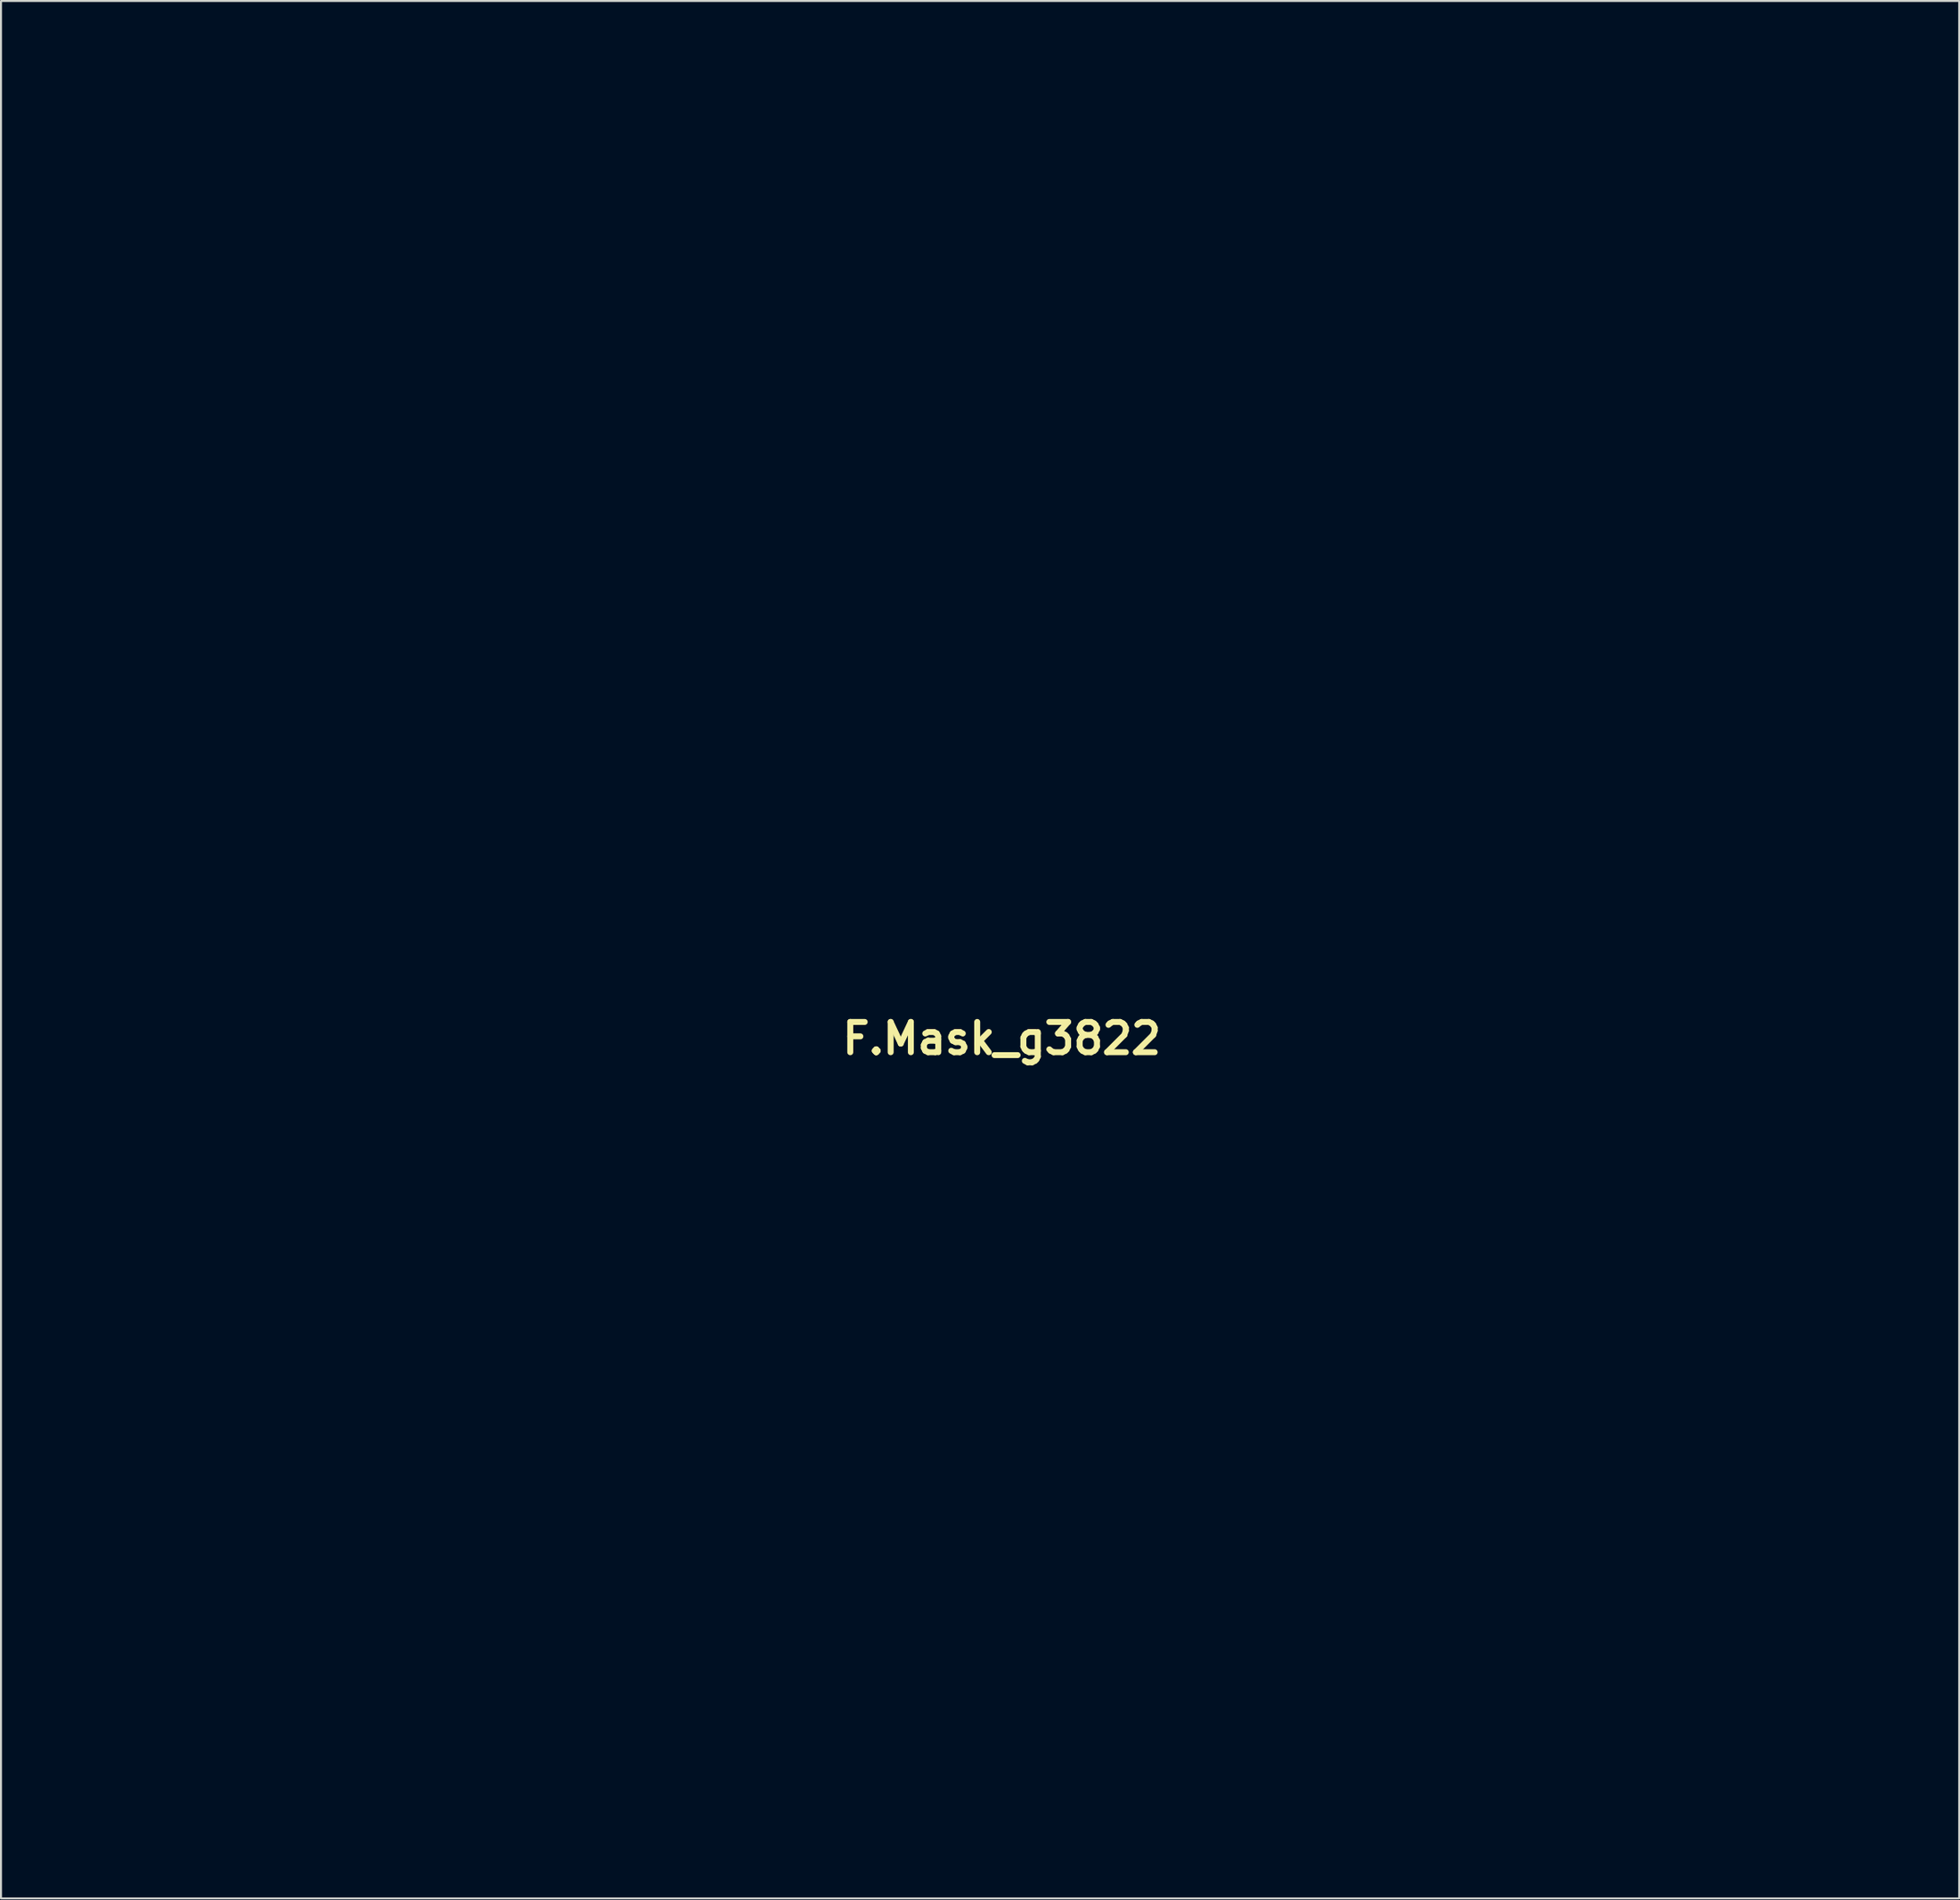
<source format=kicad_pcb>
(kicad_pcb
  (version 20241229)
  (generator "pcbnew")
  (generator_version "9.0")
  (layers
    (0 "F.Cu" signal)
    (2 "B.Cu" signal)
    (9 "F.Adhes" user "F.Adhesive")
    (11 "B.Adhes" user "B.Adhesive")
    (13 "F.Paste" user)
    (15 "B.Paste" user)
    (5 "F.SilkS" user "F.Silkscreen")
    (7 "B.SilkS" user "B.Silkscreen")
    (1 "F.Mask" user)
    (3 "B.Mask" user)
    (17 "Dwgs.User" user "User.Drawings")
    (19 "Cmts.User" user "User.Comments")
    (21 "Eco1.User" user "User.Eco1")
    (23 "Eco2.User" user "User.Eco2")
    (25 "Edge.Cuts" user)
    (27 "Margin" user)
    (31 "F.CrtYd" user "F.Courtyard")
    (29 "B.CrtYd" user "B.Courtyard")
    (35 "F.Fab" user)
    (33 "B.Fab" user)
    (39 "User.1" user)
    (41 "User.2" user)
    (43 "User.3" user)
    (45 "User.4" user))
  (footprint "F.Mask_g3822"
    (layer "F.Cu")
    (at 47.345 49.228)
    (property "Reference" "F.Mask_g3822" (at 0 0 0) (layer "F.SilkS") (effects (font (size 1.524 1.524) (thickness 0.3))))
    (attr through_hole)
    (fp_poly (pts (xy -22.812 -31.937) (xy -22.737 -31.907) (xy -22.606 -31.82) (xy -22.501 -31.706) (xy -22.427 -31.573) (xy -22.385 -31.427) (xy -22.378 -31.276) (xy -22.407 -31.126) (xy -22.434 -31.061) (xy -22.518 -30.927) (xy -22.628 -30.822) (xy -22.756 -30.751) (xy -22.897 -30.714) (xy -23.046 -30.715) (xy -23.164 -30.744) (xy -23.294 -30.812) (xy -23.403 -30.911) (xy -23.488 -31.034) (xy -23.545 -31.174) (xy -23.568 -31.322) (xy -23.559 -31.453) (xy -23.512 -31.599) (xy -23.436 -31.725) (xy -23.336 -31.828) (xy -23.218 -31.903) (xy -23.087 -31.949) (xy -22.95 -31.961) (xy -22.812 -31.937)) (stroke (width 0.01) (type solid)) (fill yes) (layer "F.Mask"))
    (fp_poly (pts (xy -26.123 -34.649) (xy -25.994 -34.568) (xy -25.893 -34.473) (xy -25.804 -34.354) (xy -25.751 -34.228) (xy -25.732 -34.086) (xy -25.733 -34.031) (xy -25.758 -33.869) (xy -25.82 -33.726) (xy -25.916 -33.607) (xy -26.042 -33.515) (xy -26.184 -33.456) (xy -26.283 -33.431) (xy -26.364 -33.426) (xy -26.448 -33.44) (xy -26.501 -33.455) (xy -26.631 -33.516) (xy -26.74 -33.609) (xy -26.826 -33.728) (xy -26.884 -33.865) (xy -26.91 -34.014) (xy -26.903 -34.152) (xy -26.859 -34.314) (xy -26.784 -34.448) (xy -26.676 -34.557) (xy -26.534 -34.642) (xy -26.394 -34.686) (xy -26.257 -34.689) (xy -26.123 -34.649)) (stroke (width 0.01) (type solid)) (fill yes) (layer "F.Mask"))
    (fp_poly (pts (xy -22.787 -29.798) (xy -22.716 -29.769) (xy -22.587 -29.683) (xy -22.485 -29.572) (xy -22.412 -29.443) (xy -22.368 -29.302) (xy -22.357 -29.156) (xy -22.377 -29.012) (xy -22.432 -28.876) (xy -22.514 -28.764) (xy -22.624 -28.674) (xy -22.755 -28.611) (xy -22.896 -28.577) (xy -23.038 -28.575) (xy -23.169 -28.607) (xy -23.188 -28.614) (xy -23.296 -28.685) (xy -23.392 -28.787) (xy -23.469 -28.912) (xy -23.522 -29.048) (xy -23.544 -29.187) (xy -23.544 -29.199) (xy -23.527 -29.343) (xy -23.476 -29.476) (xy -23.398 -29.592) (xy -23.298 -29.688) (xy -23.181 -29.761) (xy -23.053 -29.806) (xy -22.92 -29.82) (xy -22.787 -29.798)) (stroke (width 0.01) (type solid)) (fill yes) (layer "F.Mask"))
    (fp_poly (pts (xy -26.484 -30.606) (xy -26.407 -30.575) (xy -26.255 -30.485) (xy -26.141 -30.375) (xy -26.064 -30.249) (xy -26.025 -30.106) (xy -26.026 -29.949) (xy -26.036 -29.894) (xy -26.088 -29.727) (xy -26.167 -29.591) (xy -26.273 -29.489) (xy -26.405 -29.419) (xy -26.56 -29.384) (xy -26.647 -29.38) (xy -26.742 -29.389) (xy -26.83 -29.411) (xy -26.85 -29.419) (xy -26.936 -29.474) (xy -27.025 -29.558) (xy -27.106 -29.659) (xy -27.168 -29.765) (xy -27.169 -29.767) (xy -27.211 -29.905) (xy -27.215 -30.047) (xy -27.182 -30.186) (xy -27.115 -30.318) (xy -27.018 -30.435) (xy -26.891 -30.532) (xy -26.836 -30.563) (xy -26.711 -30.613) (xy -26.597 -30.627) (xy -26.484 -30.606)) (stroke (width 0.01) (type solid)) (fill yes) (layer "F.Mask"))
    (fp_poly (pts (xy -23.158 -27.771) (xy -23.06 -27.735) (xy -22.963 -27.667) (xy -22.868 -27.571) (xy -22.785 -27.459) (xy -22.739 -27.375) (xy -22.694 -27.229) (xy -22.688 -27.08) (xy -22.718 -26.936) (xy -22.782 -26.802) (xy -22.877 -26.685) (xy -23.001 -26.592) (xy -23.058 -26.563) (xy -23.16 -26.533) (xy -23.28 -26.523) (xy -23.4 -26.532) (xy -23.502 -26.56) (xy -23.506 -26.562) (xy -23.584 -26.612) (xy -23.67 -26.688) (xy -23.751 -26.78) (xy -23.816 -26.875) (xy -23.84 -26.919) (xy -23.882 -27.06) (xy -23.884 -27.205) (xy -23.848 -27.349) (xy -23.775 -27.485) (xy -23.682 -27.594) (xy -23.556 -27.692) (xy -23.423 -27.755) (xy -23.289 -27.782) (xy -23.158 -27.771)) (stroke (width 0.01) (type solid)) (fill yes) (layer "F.Mask"))
    (fp_poly (pts (xy -20.906 -30.521) (xy -20.802 -30.457) (xy -20.702 -30.362) (xy -20.596 -30.228) (xy -20.529 -30.086) (xy -20.496 -29.928) (xy -20.495 -29.916) (xy -20.492 -29.83) (xy -20.502 -29.76) (xy -20.531 -29.684) (xy -20.537 -29.67) (xy -20.62 -29.532) (xy -20.727 -29.423) (xy -20.852 -29.343) (xy -20.989 -29.297) (xy -21.132 -29.288) (xy -21.247 -29.309) (xy -21.377 -29.369) (xy -21.493 -29.463) (xy -21.588 -29.581) (xy -21.657 -29.716) (xy -21.692 -29.86) (xy -21.696 -29.921) (xy -21.676 -30.06) (xy -21.623 -30.196) (xy -21.541 -30.32) (xy -21.437 -30.422) (xy -21.317 -30.494) (xy -21.276 -30.51) (xy -21.134 -30.545) (xy -21.013 -30.55) (xy -20.906 -30.521)) (stroke (width 0.01) (type solid)) (fill yes) (layer "F.Mask"))
    (fp_poly (pts (xy -24.467 -33.327) (xy -24.382 -33.29) (xy -24.256 -33.206) (xy -24.162 -33.098) (xy -24.096 -32.962) (xy -24.074 -32.885) (xy -24.056 -32.805) (xy -24.05 -32.745) (xy -24.056 -32.685) (xy -24.073 -32.607) (xy -24.129 -32.455) (xy -24.212 -32.327) (xy -24.318 -32.226) (xy -24.442 -32.156) (xy -24.577 -32.12) (xy -24.72 -32.121) (xy -24.81 -32.142) (xy -24.91 -32.19) (xy -25.012 -32.268) (xy -25.104 -32.365) (xy -25.176 -32.471) (xy -25.228 -32.6) (xy -25.25 -32.736) (xy -25.242 -32.867) (xy -25.211 -32.965) (xy -25.15 -33.066) (xy -25.069 -33.165) (xy -24.98 -33.25) (xy -24.894 -33.31) (xy -24.885 -33.315) (xy -24.755 -33.355) (xy -24.612 -33.359) (xy -24.467 -33.327)) (stroke (width 0.01) (type solid)) (fill yes) (layer "F.Mask"))
    (fp_poly (pts (xy -28.162 -32.008) (xy -28.024 -31.95) (xy -27.901 -31.856) (xy -27.9 -31.855) (xy -27.831 -31.773) (xy -27.785 -31.686) (xy -27.76 -31.583) (xy -27.751 -31.452) (xy -27.75 -31.422) (xy -27.756 -31.288) (xy -27.777 -31.183) (xy -27.817 -31.096) (xy -27.88 -31.016) (xy -27.924 -30.974) (xy -28.055 -30.873) (xy -28.187 -30.809) (xy -28.316 -30.784) (xy -28.439 -30.797) (xy -28.48 -30.812) (xy -28.635 -30.896) (xy -28.761 -31.006) (xy -28.856 -31.137) (xy -28.914 -31.283) (xy -28.935 -31.442) (xy -28.935 -31.442) (xy -28.918 -31.555) (xy -28.874 -31.675) (xy -28.808 -31.788) (xy -28.729 -31.878) (xy -28.729 -31.879) (xy -28.6 -31.966) (xy -28.457 -32.016) (xy -28.309 -32.03) (xy -28.162 -32.008)) (stroke (width 0.01) (type solid)) (fill yes) (layer "F.Mask"))
    (fp_poly (pts (xy -28.07 -33.926) (xy -27.904 -33.899) (xy -27.765 -33.84) (xy -27.653 -33.749) (xy -27.569 -33.626) (xy -27.524 -33.51) (xy -27.502 -33.383) (xy -27.501 -33.248) (xy -27.522 -33.119) (xy -27.555 -33.028) (xy -27.628 -32.921) (xy -27.726 -32.83) (xy -27.841 -32.759) (xy -27.963 -32.711) (xy -28.084 -32.691) (xy -28.196 -32.702) (xy -28.218 -32.709) (xy -28.361 -32.782) (xy -28.491 -32.886) (xy -28.598 -33.01) (xy -28.651 -33.1) (xy -28.682 -33.202) (xy -28.69 -33.323) (xy -28.677 -33.445) (xy -28.642 -33.553) (xy -28.642 -33.553) (xy -28.571 -33.669) (xy -28.482 -33.774) (xy -28.384 -33.857) (xy -28.33 -33.889) (xy -28.27 -33.914) (xy -28.212 -33.926) (xy -28.14 -33.929) (xy -28.07 -33.926)) (stroke (width 0.01) (type solid)) (fill yes) (layer "F.Mask"))
    (fp_poly (pts (xy -24.863 -29.307) (xy -24.812 -29.287) (xy -24.744 -29.249) (xy -24.723 -29.236) (xy -24.597 -29.142) (xy -24.495 -29.032) (xy -24.424 -28.914) (xy -24.404 -28.857) (xy -24.388 -28.751) (xy -24.389 -28.629) (xy -24.406 -28.507) (xy -24.437 -28.405) (xy -24.444 -28.39) (xy -24.528 -28.266) (xy -24.636 -28.166) (xy -24.76 -28.095) (xy -24.894 -28.055) (xy -25.03 -28.048) (xy -25.161 -28.078) (xy -25.183 -28.087) (xy -25.287 -28.15) (xy -25.388 -28.238) (xy -25.473 -28.339) (xy -25.527 -28.431) (xy -25.562 -28.559) (xy -25.567 -28.701) (xy -25.544 -28.842) (xy -25.506 -28.942) (xy -25.421 -29.069) (xy -25.307 -29.176) (xy -25.174 -29.255) (xy -25.032 -29.302) (xy -24.978 -29.309) (xy -24.914 -29.313) (xy -24.863 -29.307)) (stroke (width 0.01) (type solid)) (fill yes) (layer "F.Mask"))
    (fp_poly (pts (xy -24.604 -31.208) (xy -24.516 -31.173) (xy -24.42 -31.124) (xy -24.331 -31.065) (xy -24.264 -31.008) (xy -24.187 -30.913) (xy -24.138 -30.803) (xy -24.113 -30.67) (xy -24.109 -30.566) (xy -24.124 -30.408) (xy -24.171 -30.274) (xy -24.252 -30.159) (xy -24.299 -30.112) (xy -24.43 -30.016) (xy -24.566 -29.959) (xy -24.704 -29.943) (xy -24.839 -29.967) (xy -24.843 -29.969) (xy -24.993 -30.04) (xy -25.115 -30.138) (xy -25.208 -30.258) (xy -25.268 -30.394) (xy -25.291 -30.542) (xy -25.284 -30.64) (xy -25.256 -30.748) (xy -25.205 -30.862) (xy -25.14 -30.966) (xy -25.069 -31.045) (xy -25.059 -31.054) (xy -24.979 -31.107) (xy -24.885 -31.156) (xy -24.789 -31.194) (xy -24.706 -31.217) (xy -24.673 -31.22) (xy -24.604 -31.208)) (stroke (width 0.01) (type solid)) (fill yes) (layer "F.Mask"))
    (fp_poly (pts (xy -26.261 -32.541) (xy -26.116 -32.487) (xy -25.994 -32.399) (xy -25.899 -32.279) (xy -25.881 -32.247) (xy -25.851 -32.161) (xy -25.831 -32.048) (xy -25.824 -31.926) (xy -25.83 -31.809) (xy -25.849 -31.712) (xy -25.853 -31.698) (xy -25.9 -31.616) (xy -25.974 -31.529) (xy -26.063 -31.448) (xy -26.157 -31.384) (xy -26.189 -31.368) (xy -26.311 -31.333) (xy -26.441 -31.328) (xy -26.565 -31.353) (xy -26.628 -31.381) (xy -26.774 -31.483) (xy -26.886 -31.604) (xy -26.963 -31.738) (xy -27.003 -31.882) (xy -27.003 -32.032) (xy -26.987 -32.114) (xy -26.95 -32.199) (xy -26.888 -32.295) (xy -26.812 -32.388) (xy -26.732 -32.466) (xy -26.679 -32.503) (xy -26.617 -32.535) (xy -26.558 -32.553) (xy -26.486 -32.56) (xy -26.427 -32.56) (xy -26.261 -32.541)) (stroke (width 0.01) (type solid)) (fill yes) (layer "F.Mask"))
    (fp_poly (pts (xy -45.948 -49.204) (xy -45.691 -49.158) (xy -45.41 -49.087) (xy -45.107 -48.99) (xy -44.783 -48.868) (xy -44.44 -48.723) (xy -44.081 -48.555) (xy -43.705 -48.364) (xy -43.316 -48.153) (xy -42.915 -47.921) (xy -42.504 -47.669) (xy -42.083 -47.399) (xy -41.655 -47.111) (xy -41.222 -46.805) (xy -40.785 -46.483) (xy -40.346 -46.146) (xy -40.19 -46.023) (xy -40.029 -45.894) (xy -39.865 -45.76) (xy -39.699 -45.624) (xy -39.537 -45.488) (xy -39.38 -45.356) (xy -39.233 -45.23) (xy -39.099 -45.114) (xy -38.982 -45.01) (xy -38.884 -44.921) (xy -38.809 -44.85) (xy -38.76 -44.801) (xy -38.742 -44.777) (xy -38.753 -44.756) (xy -38.789 -44.705) (xy -38.847 -44.626) (xy -38.925 -44.523) (xy -39.022 -44.397) (xy -39.134 -44.251) (xy -39.261 -44.089) (xy -39.4 -43.912) (xy -39.549 -43.724) (xy -39.682 -43.557) (xy -39.846 -43.351) (xy -40.008 -43.147) (xy -40.166 -42.948) (xy -40.317 -42.758) (xy -40.457 -42.581) (xy -40.584 -42.42) (xy -40.694 -42.28) (xy -40.786 -42.163) (xy -40.856 -42.074) (xy -40.884 -42.037) (xy -40.963 -41.935) (xy -41.057 -41.814) (xy -41.162 -41.68) (xy -41.273 -41.54) (xy -41.385 -41.4) (xy -41.492 -41.265) (xy -41.59 -41.144) (xy -41.673 -41.041) (xy -41.737 -40.963) (xy -41.752 -40.945) (xy -41.795 -40.895) (xy -42.101 -41.151) (xy -42.587 -41.566) (xy -43.056 -41.979) (xy -43.505 -42.389) (xy -43.931 -42.793) (xy -44.332 -43.188) (xy -44.705 -43.571) (xy -45.047 -43.941) (xy -45.356 -44.294) (xy -45.494 -44.461) (xy -45.861 -44.928) (xy -46.187 -45.384) (xy -46.475 -45.831) (xy -46.724 -46.269) (xy -46.935 -46.7) (xy -47.109 -47.125) (xy -47.246 -47.545) (xy -47.277 -47.658) (xy -47.31 -47.789) (xy -47.331 -47.892) (xy -47.34 -47.979) (xy -47.337 -48.064) (xy -47.323 -48.157) (xy -47.296 -48.271) (xy -47.284 -48.321) (xy -47.209 -48.549) (xy -47.106 -48.746) (xy -46.978 -48.912) (xy -46.825 -49.044) (xy -46.649 -49.142) (xy -46.561 -49.175) (xy -46.385 -49.213) (xy -46.18 -49.223) (xy -45.948 -49.204)) (stroke (width 0.01) (type solid)) (fill yes) (layer "F.Mask"))
    (fp_poly (pts (xy -14.365 -28.611) (xy -14.233 -28.597) (xy -14.127 -28.581) (xy -14.058 -28.563) (xy -14.02 -28.537) (xy -14.009 -28.496) (xy -14.019 -28.431) (xy -14.045 -28.335) (xy -14.048 -28.326) (xy -14.08 -28.225) (xy -14.107 -28.161) (xy -14.13 -28.133) (xy -14.138 -28.13) (xy -14.379 -28.109) (xy -14.639 -28.051) (xy -14.917 -27.956) (xy -15.213 -27.825) (xy -15.525 -27.659) (xy -15.853 -27.457) (xy -16.196 -27.221) (xy -16.554 -26.95) (xy -16.924 -26.646) (xy -17.102 -26.492) (xy -17.258 -26.352) (xy -17.429 -26.192) (xy -17.61 -26.018) (xy -17.798 -25.834) (xy -17.985 -25.647) (xy -18.168 -25.46) (xy -18.341 -25.279) (xy -18.499 -25.109) (xy -18.638 -24.955) (xy -18.751 -24.823) (xy -18.782 -24.785) (xy -19.041 -24.439) (xy -19.278 -24.07) (xy -19.49 -23.685) (xy -19.675 -23.29) (xy -19.829 -22.891) (xy -19.949 -22.496) (xy -20.021 -22.168) (xy -20.048 -21.978) (xy -20.066 -21.757) (xy -20.076 -21.515) (xy -20.077 -21.263) (xy -20.07 -21.011) (xy -20.054 -20.769) (xy -20.03 -20.549) (xy -20.012 -20.436) (xy -19.994 -20.353) (xy -19.964 -20.24) (xy -19.927 -20.107) (xy -19.883 -19.965) (xy -19.838 -19.823) (xy -19.794 -19.692) (xy -19.757 -19.591) (xy -19.751 -19.567) (xy -19.762 -19.562) (xy -19.792 -19.577) (xy -19.845 -19.616) (xy -19.924 -19.679) (xy -20.002 -19.743) (xy -20.112 -19.838) (xy -20.197 -19.922) (xy -20.264 -20.005) (xy -20.319 -20.096) (xy -20.369 -20.206) (xy -20.421 -20.343) (xy -20.443 -20.408) (xy -20.495 -20.567) (xy -20.537 -20.71) (xy -20.57 -20.843) (xy -20.596 -20.975) (xy -20.614 -21.112) (xy -20.626 -21.262) (xy -20.634 -21.433) (xy -20.637 -21.633) (xy -20.638 -21.833) (xy -20.637 -22.041) (xy -20.633 -22.215) (xy -20.626 -22.363) (xy -20.615 -22.495) (xy -20.599 -22.619) (xy -20.576 -22.743) (xy -20.546 -22.876) (xy -20.512 -23.013) (xy -20.402 -23.38) (xy -20.26 -23.758) (xy -20.089 -24.141) (xy -19.894 -24.518) (xy -19.679 -24.883) (xy -19.474 -25.188) (xy -19.289 -25.436) (xy -19.072 -25.701) (xy -18.83 -25.98) (xy -18.566 -26.266) (xy -18.285 -26.555) (xy -18.099 -26.739) (xy -17.705 -27.103) (xy -17.312 -27.43) (xy -16.92 -27.72) (xy -16.531 -27.972) (xy -16.147 -28.185) (xy -15.768 -28.359) (xy -15.395 -28.492) (xy -15.244 -28.535) (xy -15.037 -28.578) (xy -14.812 -28.606) (xy -14.583 -28.617) (xy -14.365 -28.611)) (stroke (width 0.01) (type solid)) (fill yes) (layer "F.Mask"))
    (fp_poly (pts (xy -11.146 -26.617) (xy -11.09 -26.577) (xy -11.009 -26.516) (xy -10.911 -26.441) (xy -10.802 -26.356) (xy -10.69 -26.268) (xy -10.687 -26.265) (xy -10.567 -26.17) (xy -10.479 -26.098) (xy -10.422 -26.046) (xy -10.396 -26.01) (xy -10.4 -25.989) (xy -10.432 -25.977) (xy -10.493 -25.973) (xy -10.581 -25.972) (xy -10.615 -25.971) (xy -10.905 -25.956) (xy -11.194 -25.913) (xy -11.489 -25.84) (xy -11.794 -25.735) (xy -12.115 -25.598) (xy -12.277 -25.52) (xy -12.546 -25.377) (xy -12.809 -25.22) (xy -13.069 -25.047) (xy -13.332 -24.853) (xy -13.601 -24.636) (xy -13.881 -24.391) (xy -14.176 -24.116) (xy -14.358 -23.939) (xy -14.597 -23.702) (xy -14.808 -23.486) (xy -14.995 -23.287) (xy -15.162 -23.099) (xy -15.314 -22.918) (xy -15.456 -22.738) (xy -15.591 -22.554) (xy -15.725 -22.361) (xy -15.78 -22.278) (xy -16.009 -21.91) (xy -16.206 -21.552) (xy -16.374 -21.194) (xy -16.52 -20.826) (xy -16.581 -20.648) (xy -16.703 -20.218) (xy -16.788 -19.782) (xy -16.835 -19.346) (xy -16.845 -18.915) (xy -16.817 -18.493) (xy -16.762 -18.137) (xy -16.737 -18.021) (xy -16.705 -17.893) (xy -16.67 -17.764) (xy -16.634 -17.642) (xy -16.601 -17.538) (xy -16.572 -17.462) (xy -16.561 -17.438) (xy -16.545 -17.397) (xy -16.545 -17.378) (xy -16.547 -17.378) (xy -16.569 -17.39) (xy -16.617 -17.424) (xy -16.683 -17.474) (xy -16.754 -17.53) (xy -16.846 -17.604) (xy -16.957 -17.694) (xy -17.072 -17.789) (xy -17.177 -17.876) (xy -17.41 -18.07) (xy -17.487 -18.269) (xy -17.631 -18.694) (xy -17.733 -19.128) (xy -17.74 -19.169) (xy -17.765 -19.348) (xy -17.781 -19.556) (xy -17.79 -19.782) (xy -17.791 -20.013) (xy -17.783 -20.237) (xy -17.767 -20.443) (xy -17.751 -20.574) (xy -17.657 -21.043) (xy -17.522 -21.511) (xy -17.347 -21.974) (xy -17.133 -22.429) (xy -16.882 -22.875) (xy -16.594 -23.309) (xy -16.48 -23.463) (xy -16.343 -23.637) (xy -16.18 -23.831) (xy -15.996 -24.039) (xy -15.798 -24.256) (xy -15.591 -24.473) (xy -15.382 -24.686) (xy -15.177 -24.886) (xy -14.982 -25.069) (xy -14.933 -25.114) (xy -14.547 -25.444) (xy -14.169 -25.736) (xy -13.796 -25.99) (xy -13.425 -26.208) (xy -13.053 -26.392) (xy -12.677 -26.544) (xy -12.408 -26.633) (xy -12.333 -26.655) (xy -12.27 -26.672) (xy -12.212 -26.684) (xy -12.151 -26.693) (xy -12.079 -26.698) (xy -11.988 -26.7) (xy -11.87 -26.701) (xy -11.725 -26.701) (xy -11.269 -26.702) (xy -11.146 -26.617)) (stroke (width 0.01) (type solid)) (fill yes) (layer "F.Mask"))
    (fp_poly (pts (xy 0.445 32.049) (xy 0.437 32.07) (xy 0.414 32.125) (xy 0.38 32.206) (xy 0.337 32.309) (xy 0.286 32.428) (xy 0.268 32.47) (xy 0.091 32.882) (xy -0.002 32.91) (xy -0.379 33.026) (xy -0.72 33.138) (xy -1.032 33.248) (xy -1.322 33.359) (xy -1.596 33.473) (xy -1.861 33.594) (xy -2.064 33.692) (xy -2.505 33.927) (xy -2.906 34.172) (xy -3.268 34.427) (xy -3.588 34.69) (xy -3.869 34.962) (xy -4.109 35.243) (xy -4.308 35.532) (xy -4.465 35.83) (xy -4.582 36.136) (xy -4.639 36.354) (xy -4.658 36.494) (xy -4.665 36.659) (xy -4.661 36.834) (xy -4.644 37.003) (xy -4.617 37.151) (xy -4.616 37.156) (xy -4.518 37.454) (xy -4.379 37.749) (xy -4.199 38.04) (xy -3.979 38.326) (xy -3.718 38.606) (xy -3.418 38.88) (xy -3.079 39.148) (xy -2.783 39.354) (xy -2.676 39.424) (xy -2.565 39.494) (xy -2.464 39.556) (xy -2.384 39.603) (xy -2.376 39.607) (xy -2.305 39.648) (xy -2.252 39.684) (xy -2.224 39.709) (xy -2.223 39.713) (xy -2.232 39.747) (xy -2.259 39.806) (xy -2.298 39.883) (xy -2.345 39.97) (xy -2.395 40.06) (xy -2.444 40.143) (xy -2.487 40.213) (xy -2.521 40.261) (xy -2.54 40.28) (xy -2.54 40.28) (xy -2.569 40.271) (xy -2.628 40.246) (xy -2.712 40.207) (xy -2.812 40.159) (xy -2.9 40.116) (xy -3.322 39.888) (xy -3.706 39.646) (xy -4.052 39.39) (xy -4.359 39.121) (xy -4.628 38.84) (xy -4.857 38.546) (xy -5.047 38.24) (xy -5.197 37.923) (xy -5.306 37.595) (xy -5.368 37.296) (xy -5.384 37.169) (xy -5.395 37.015) (xy -5.403 36.845) (xy -5.407 36.666) (xy -5.408 36.489) (xy -5.404 36.322) (xy -5.396 36.176) (xy -5.385 36.059) (xy -5.379 36.026) (xy -5.319 35.773) (xy -5.232 35.514) (xy -5.122 35.263) (xy -4.997 35.035) (xy -4.949 34.962) (xy -4.793 34.752) (xy -4.6 34.53) (xy -4.376 34.3) (xy -4.125 34.067) (xy -3.989 33.949) (xy -3.849 33.833) (xy -3.693 33.708) (xy -3.528 33.578) (xy -3.362 33.451) (xy -3.202 33.33) (xy -3.055 33.223) (xy -2.929 33.134) (xy -2.868 33.092) (xy -2.432 32.831) (xy -1.974 32.604) (xy -1.496 32.413) (xy -1.001 32.26) (xy -0.493 32.144) (xy -0.23 32.1) (xy -0.133 32.088) (xy -0.024 32.075) (xy 0.089 32.065) (xy 0.198 32.056) (xy 0.296 32.049) (xy 0.375 32.045) (xy 0.427 32.045) (xy 0.445 32.049)) (stroke (width 0.01) (type solid)) (fill yes) (layer "F.Mask"))
    (fp_poly (pts (xy -13.105 -27.758) (xy -12.996 -27.757) (xy -12.914 -27.754) (xy -12.855 -27.748) (xy -12.809 -27.74) (xy -12.772 -27.727) (xy -12.742 -27.715) (xy -12.7 -27.691) (xy -12.636 -27.647) (xy -12.555 -27.59) (xy -12.463 -27.522) (xy -12.368 -27.45) (xy -12.274 -27.378) (xy -12.189 -27.31) (xy -12.118 -27.252) (xy -12.068 -27.208) (xy -12.045 -27.183) (xy -12.044 -27.18) (xy -12.064 -27.173) (xy -12.118 -27.165) (xy -12.199 -27.157) (xy -12.3 -27.151) (xy -12.326 -27.149) (xy -12.567 -27.131) (xy -12.789 -27.102) (xy -13.002 -27.058) (xy -13.213 -26.998) (xy -13.432 -26.918) (xy -13.668 -26.817) (xy -13.906 -26.702) (xy -14.228 -26.532) (xy -14.534 -26.349) (xy -14.833 -26.147) (xy -15.129 -25.924) (xy -15.428 -25.673) (xy -15.737 -25.392) (xy -15.925 -25.21) (xy -16.177 -24.959) (xy -16.401 -24.729) (xy -16.6 -24.518) (xy -16.779 -24.32) (xy -16.94 -24.13) (xy -17.088 -23.944) (xy -17.228 -23.758) (xy -17.362 -23.567) (xy -17.41 -23.495) (xy -17.688 -23.049) (xy -17.924 -22.606) (xy -18.12 -22.164) (xy -18.276 -21.721) (xy -18.392 -21.276) (xy -18.451 -20.966) (xy -18.466 -20.837) (xy -18.477 -20.679) (xy -18.485 -20.498) (xy -18.489 -20.305) (xy -18.489 -20.108) (xy -18.485 -19.917) (xy -18.478 -19.74) (xy -18.466 -19.587) (xy -18.451 -19.467) (xy -18.45 -19.463) (xy -18.399 -19.205) (xy -18.339 -18.96) (xy -18.285 -18.779) (xy -18.264 -18.71) (xy -18.252 -18.659) (xy -18.25 -18.636) (xy -18.268 -18.647) (xy -18.315 -18.68) (xy -18.385 -18.733) (xy -18.474 -18.802) (xy -18.577 -18.884) (xy -18.653 -18.945) (xy -19.047 -19.263) (xy -19.133 -19.522) (xy -19.225 -19.825) (xy -19.292 -20.108) (xy -19.337 -20.386) (xy -19.361 -20.671) (xy -19.367 -20.924) (xy -19.35 -21.349) (xy -19.296 -21.769) (xy -19.206 -22.186) (xy -19.077 -22.605) (xy -18.909 -23.029) (xy -18.744 -23.379) (xy -18.598 -23.657) (xy -18.447 -23.919) (xy -18.289 -24.17) (xy -18.118 -24.415) (xy -17.931 -24.659) (xy -17.724 -24.908) (xy -17.493 -25.168) (xy -17.233 -25.444) (xy -17.093 -25.587) (xy -16.828 -25.852) (xy -16.584 -26.086) (xy -16.355 -26.295) (xy -16.136 -26.482) (xy -15.924 -26.652) (xy -15.711 -26.809) (xy -15.653 -26.85) (xy -15.283 -27.091) (xy -14.911 -27.3) (xy -14.542 -27.475) (xy -14.18 -27.614) (xy -13.896 -27.698) (xy -13.811 -27.719) (xy -13.738 -27.734) (xy -13.668 -27.745) (xy -13.591 -27.752) (xy -13.498 -27.756) (xy -13.38 -27.758) (xy -13.25 -27.758) (xy -13.105 -27.758)) (stroke (width 0.01) (type solid)) (fill yes) (layer "F.Mask"))
    (fp_poly (pts (xy -16.251 -30.145) (xy -16.223 -30.142) (xy -16.173 -30.137) (xy -16.129 -30.13) (xy -16.087 -30.12) (xy -16.044 -30.104) (xy -15.997 -30.081) (xy -15.941 -30.047) (xy -15.873 -30.001) (xy -15.789 -29.939) (xy -15.686 -29.861) (xy -15.561 -29.763) (xy -15.408 -29.643) (xy -15.26 -29.527) (xy -15.117 -29.414) (xy -15.006 -29.325) (xy -14.924 -29.257) (xy -14.871 -29.207) (xy -14.844 -29.172) (xy -14.842 -29.15) (xy -14.864 -29.137) (xy -14.908 -29.131) (xy -14.973 -29.128) (xy -15.039 -29.127) (xy -15.342 -29.104) (xy -15.66 -29.043) (xy -15.991 -28.946) (xy -16.331 -28.815) (xy -16.68 -28.65) (xy -17.033 -28.452) (xy -17.389 -28.224) (xy -17.745 -27.965) (xy -18.099 -27.678) (xy -18.236 -27.559) (xy -18.334 -27.469) (xy -18.453 -27.356) (xy -18.586 -27.226) (xy -18.729 -27.084) (xy -18.878 -26.934) (xy -19.028 -26.782) (xy -19.173 -26.632) (xy -19.31 -26.488) (xy -19.433 -26.357) (xy -19.538 -26.243) (xy -19.62 -26.15) (xy -19.655 -26.108) (xy -19.931 -25.744) (xy -20.187 -25.368) (xy -20.419 -24.985) (xy -20.623 -24.602) (xy -20.797 -24.225) (xy -20.936 -23.859) (xy -20.952 -23.812) (xy -21.076 -23.378) (xy -21.161 -22.952) (xy -21.207 -22.53) (xy -21.217 -22.225) (xy -21.21 -21.94) (xy -21.188 -21.668) (xy -21.149 -21.397) (xy -21.092 -21.116) (xy -21.013 -20.811) (xy -21.011 -20.802) (xy -20.985 -20.702) (xy -20.976 -20.641) (xy -20.981 -20.617) (xy -20.984 -20.616) (xy -21.009 -20.629) (xy -21.06 -20.663) (xy -21.128 -20.713) (xy -21.199 -20.768) (xy -21.394 -20.925) (xy -21.574 -21.073) (xy -21.737 -21.208) (xy -21.88 -21.328) (xy -21.999 -21.432) (xy -22.092 -21.515) (xy -22.155 -21.576) (xy -22.168 -21.59) (xy -22.22 -21.652) (xy -22.258 -21.715) (xy -22.292 -21.791) (xy -22.326 -21.893) (xy -22.329 -21.904) (xy -22.396 -22.129) (xy -22.448 -22.325) (xy -22.488 -22.503) (xy -22.516 -22.671) (xy -22.535 -22.84) (xy -22.546 -23.021) (xy -22.551 -23.224) (xy -22.551 -23.326) (xy -22.544 -23.651) (xy -22.521 -23.948) (xy -22.481 -24.23) (xy -22.423 -24.509) (xy -22.343 -24.797) (xy -22.27 -25.02) (xy -22.118 -25.416) (xy -21.939 -25.802) (xy -21.731 -26.182) (xy -21.49 -26.559) (xy -21.216 -26.937) (xy -20.904 -27.322) (xy -20.736 -27.514) (xy -20.344 -27.936) (xy -19.952 -28.324) (xy -19.561 -28.677) (xy -19.172 -28.995) (xy -18.787 -29.277) (xy -18.406 -29.522) (xy -18.031 -29.729) (xy -17.663 -29.897) (xy -17.304 -30.025) (xy -17.159 -30.066) (xy -16.989 -30.102) (xy -16.799 -30.129) (xy -16.603 -30.146) (xy -16.416 -30.152) (xy -16.251 -30.145)) (stroke (width 0.01) (type solid)) (fill yes) (layer "F.Mask"))
    (fp_poly (pts (xy 7.21 26.277) (xy 7.253 26.315) (xy 7.316 26.38) (xy 7.397 26.467) (xy 7.492 26.575) (xy 7.599 26.699) (xy 7.714 26.836) (xy 7.718 26.841) (xy 7.986 27.172) (xy 8.232 27.496) (xy 8.455 27.809) (xy 8.652 28.11) (xy 8.822 28.395) (xy 8.963 28.661) (xy 9.073 28.906) (xy 9.131 29.062) (xy 9.19 29.263) (xy 9.246 29.497) (xy 9.295 29.751) (xy 9.336 30.016) (xy 9.348 30.106) (xy 9.363 30.282) (xy 9.372 30.486) (xy 9.375 30.709) (xy 9.371 30.94) (xy 9.361 31.166) (xy 9.346 31.376) (xy 9.325 31.561) (xy 9.315 31.623) (xy 9.233 32.029) (xy 9.123 32.459) (xy 8.986 32.907) (xy 8.824 33.367) (xy 8.743 33.576) (xy 8.656 33.79) (xy 8.578 33.971) (xy 8.504 34.128) (xy 8.431 34.268) (xy 8.354 34.399) (xy 8.302 34.48) (xy 8.083 34.783) (xy 7.824 35.076) (xy 7.528 35.359) (xy 7.197 35.63) (xy 6.833 35.886) (xy 6.439 36.128) (xy 6.017 36.353) (xy 5.57 36.559) (xy 5.098 36.746) (xy 4.773 36.858) (xy 4.621 36.907) (xy 4.504 36.944) (xy 4.42 36.968) (xy 4.364 36.982) (xy 4.331 36.987) (xy 4.319 36.983) (xy 4.318 36.98) (xy 4.326 36.958) (xy 4.347 36.901) (xy 4.38 36.818) (xy 4.422 36.713) (xy 4.47 36.592) (xy 4.523 36.461) (xy 4.577 36.326) (xy 4.631 36.193) (xy 4.683 36.068) (xy 4.729 35.956) (xy 4.767 35.863) (xy 4.796 35.796) (xy 4.812 35.759) (xy 4.815 35.755) (xy 4.838 35.748) (xy 4.895 35.738) (xy 4.977 35.724) (xy 5.076 35.709) (xy 5.084 35.707) (xy 5.244 35.683) (xy 5.381 35.657) (xy 5.504 35.627) (xy 5.622 35.591) (xy 5.744 35.545) (xy 5.879 35.487) (xy 6.035 35.412) (xy 6.16 35.351) (xy 6.372 35.243) (xy 6.552 35.148) (xy 6.707 35.061) (xy 6.845 34.977) (xy 6.971 34.893) (xy 7.093 34.805) (xy 7.218 34.707) (xy 7.22 34.706) (xy 7.522 34.437) (xy 7.791 34.142) (xy 8.026 33.821) (xy 8.227 33.476) (xy 8.395 33.104) (xy 8.528 32.707) (xy 8.629 32.284) (xy 8.69 31.877) (xy 8.704 31.721) (xy 8.712 31.533) (xy 8.716 31.323) (xy 8.716 31.102) (xy 8.711 30.879) (xy 8.702 30.665) (xy 8.689 30.47) (xy 8.673 30.303) (xy 8.668 30.269) (xy 8.582 29.787) (xy 8.464 29.327) (xy 8.312 28.889) (xy 8.129 28.477) (xy 7.914 28.09) (xy 7.669 27.732) (xy 7.584 27.622) (xy 7.518 27.545) (xy 7.435 27.455) (xy 7.343 27.359) (xy 7.247 27.263) (xy 7.157 27.176) (xy 7.077 27.103) (xy 7.017 27.053) (xy 7 27.041) (xy 6.96 27.007) (xy 6.943 26.976) (xy 6.943 26.975) (xy 6.949 26.948) (xy 6.968 26.89) (xy 6.995 26.808) (xy 7.029 26.711) (xy 7.065 26.607) (xy 7.101 26.504) (xy 7.135 26.411) (xy 7.164 26.334) (xy 7.184 26.284) (xy 7.192 26.268) (xy 7.21 26.277)) (stroke (width 0.01) (type solid)) (fill yes) (layer "F.Mask"))
    (fp_poly (pts (xy 20.661 -15.263) (xy 20.712 -15.234) (xy 20.791 -15.188) (xy 20.893 -15.126) (xy 21.014 -15.051) (xy 21.151 -14.967) (xy 21.3 -14.874) (xy 21.455 -14.777) (xy 21.614 -14.677) (xy 21.772 -14.576) (xy 21.925 -14.479) (xy 22.069 -14.386) (xy 22.087 -14.374) (xy 22.44 -14.143) (xy 22.817 -13.892) (xy 23.212 -13.625) (xy 23.616 -13.35) (xy 24.02 -13.07) (xy 24.418 -12.792) (xy 24.569 -12.685) (xy 24.687 -12.602) (xy 24.794 -12.528) (xy 24.884 -12.465) (xy 24.953 -12.418) (xy 24.996 -12.39) (xy 25.009 -12.383) (xy 25.031 -12.37) (xy 25.085 -12.334) (xy 25.166 -12.277) (xy 25.272 -12.201) (xy 25.399 -12.108) (xy 25.546 -12.001) (xy 25.708 -11.881) (xy 25.883 -11.751) (xy 26.068 -11.613) (xy 26.26 -11.469) (xy 26.456 -11.322) (xy 26.653 -11.174) (xy 26.849 -11.026) (xy 27.039 -10.882) (xy 27.221 -10.743) (xy 27.392 -10.611) (xy 27.55 -10.49) (xy 27.633 -10.425) (xy 28.666 -9.608) (xy 29.667 -8.79) (xy 30.645 -7.964) (xy 31.61 -7.122) (xy 32.569 -6.257) (xy 33.232 -5.643) (xy 33.37 -5.513) (xy 33.532 -5.356) (xy 33.716 -5.178) (xy 33.917 -4.982) (xy 34.13 -4.771) (xy 34.354 -4.551) (xy 34.582 -4.323) (xy 34.813 -4.093) (xy 35.041 -3.864) (xy 35.263 -3.64) (xy 35.476 -3.424) (xy 35.675 -3.222) (xy 35.856 -3.035) (xy 36.016 -2.869) (xy 36.152 -2.727) (xy 36.198 -2.678) (xy 37.134 -1.651) (xy 38.032 -0.622) (xy 38.89 0.407) (xy 39.708 1.437) (xy 40.485 2.468) (xy 41.221 3.497) (xy 41.916 4.526) (xy 42.408 5.292) (xy 42.83 5.984) (xy 43.217 6.657) (xy 43.569 7.31) (xy 43.887 7.944) (xy 44.169 8.557) (xy 44.416 9.151) (xy 44.629 9.724) (xy 44.806 10.276) (xy 44.948 10.808) (xy 45.054 11.319) (xy 45.126 11.809) (xy 45.162 12.277) (xy 45.162 12.724) (xy 45.127 13.149) (xy 45.057 13.552) (xy 44.951 13.933) (xy 44.809 14.291) (xy 44.645 14.606) (xy 44.509 14.818) (xy 44.354 15.023) (xy 44.177 15.224) (xy 43.974 15.425) (xy 43.741 15.629) (xy 43.475 15.842) (xy 43.294 15.977) (xy 43.05 16.148) (xy 42.822 16.288) (xy 42.603 16.4) (xy 42.384 16.489) (xy 42.159 16.558) (xy 41.918 16.609) (xy 41.815 16.626) (xy 41.715 16.638) (xy 41.583 16.649) (xy 41.43 16.657) (xy 41.266 16.665) (xy 41.1 16.669) (xy 40.944 16.671) (xy 40.808 16.67) (xy 40.714 16.666) (xy 40.232 16.626) (xy 39.719 16.564) (xy 39.177 16.482) (xy 38.612 16.382) (xy 38.028 16.264) (xy 37.428 16.129) (xy 36.816 15.979) (xy 36.198 15.815) (xy 35.576 15.638) (xy 34.955 15.449) (xy 34.34 15.249) (xy 33.734 15.039) (xy 33.141 14.82) (xy 32.566 14.595) (xy 32.012 14.362) (xy 31.484 14.125) (xy 31.46 14.114) (xy 31.307 14.042) (xy 31.549 13.535) (xy 31.614 13.4) (xy 31.674 13.278) (xy 31.726 13.174) (xy 31.768 13.093) (xy 31.797 13.041) (xy 31.811 13.022) (xy 31.835 13.029) (xy 31.891 13.052) (xy 31.972 13.089) (xy 32.072 13.137) (xy 32.185 13.192) (xy 32.187 13.194) (xy 32.714 13.449) (xy 33.269 13.703) (xy 33.842 13.95) (xy 34.426 14.189) (xy 35.014 14.416) (xy 35.597 14.629) (xy 36.167 14.823) (xy 36.716 14.996) (xy 37.02 15.085) (xy 37.639 15.25) (xy 38.23 15.385) (xy 38.793 15.49) (xy 39.328 15.566) (xy 39.835 15.613) (xy 40.312 15.63) (xy 40.761 15.617) (xy 41.181 15.575) (xy 41.571 15.504) (xy 41.931 15.402) (xy 42.189 15.304) (xy 42.49 15.152) (xy 42.764 14.968) (xy 43.01 14.753) (xy 43.228 14.508) (xy 43.417 14.233) (xy 43.576 13.929) (xy 43.706 13.599) (xy 43.804 13.241) (xy 43.871 12.858) (xy 43.88 12.786) (xy 43.89 12.653) (xy 43.896 12.488) (xy 43.898 12.299) (xy 43.895 12.095) (xy 43.889 11.888) (xy 43.878 11.684) (xy 43.865 11.495) (xy 43.848 11.328) (xy 43.838 11.25) (xy 43.738 10.681) (xy 43.604 10.099) (xy 43.437 9.503) (xy 43.234 8.891) (xy 42.997 8.262) (xy 42.724 7.614) (xy 42.415 6.947) (xy 42.391 6.896) (xy 42.206 6.527) (xy 42.011 6.155) (xy 41.807 5.785) (xy 41.6 5.425) (xy 41.391 5.079) (xy 41.186 4.755) (xy 40.987 4.458) (xy 40.798 4.194) (xy 40.787 4.18) (xy 40.755 4.137) (xy 40.721 4.093) (xy 40.686 4.048) (xy 40.645 3.998) (xy 40.599 3.941) (xy 40.544 3.876) (xy 40.48 3.8) (xy 40.403 3.71) (xy 40.313 3.606) (xy 40.207 3.483) (xy 40.083 3.341) (xy 39.941 3.177) (xy 39.776 2.989) (xy 39.589 2.774) (xy 39.377 2.532) (xy 39.255 2.392) (xy 38.553 1.592) (xy 37.871 0.819) (xy 37.208 0.072) (xy 36.564 -0.648) (xy 35.941 -1.34) (xy 35.338 -2.005) (xy 34.755 -2.642) (xy 34.194 -3.251) (xy 33.653 -3.83) (xy 33.135 -4.381) (xy 32.638 -4.902) (xy 32.164 -5.394) (xy 31.713 -5.855) (xy 31.284 -6.286) (xy 30.879 -6.686) (xy 30.498 -7.054) (xy 30.14 -7.392) (xy 29.807 -7.697) (xy 29.499 -7.97) (xy 29.216 -8.21) (xy 28.958 -8.418) (xy 28.84 -8.508) (xy 28.764 -8.562) (xy 28.662 -8.634) (xy 28.54 -8.716) (xy 28.407 -8.803) (xy 28.272 -8.891) (xy 28.226 -8.921) (xy 27.903 -9.13) (xy 27.56 -9.359) (xy 27.192 -9.611) (xy 26.798 -9.888) (xy 26.554 -10.062) (xy 26.393 -10.178) (xy 26.226 -10.298) (xy 26.056 -10.421) (xy 25.887 -10.544) (xy 25.723 -10.664) (xy 25.568 -10.779) (xy 25.425 -10.885) (xy 25.298 -10.98) (xy 25.19 -11.061) (xy 25.105 -11.125) (xy 25.047 -11.171) (xy 25.019 -11.194) (xy 25.019 -11.195) (xy 24.994 -11.216) (xy 24.941 -11.26) (xy 24.862 -11.321) (xy 24.764 -11.398) (xy 24.65 -11.485) (xy 24.525 -11.58) (xy 24.5 -11.599) (xy 24.151 -11.865) (xy 23.775 -12.153) (xy 23.379 -12.459) (xy 22.969 -12.777) (xy 22.552 -13.103) (xy 22.134 -13.432) (xy 21.722 -13.758) (xy 21.32 -14.077) (xy 21.313 -14.083) (xy 21.046 -14.296) (xy 20.839 -14.78) (xy 20.783 -14.913) (xy 20.733 -15.032) (xy 20.692 -15.133) (xy 20.661 -15.211) (xy 20.644 -15.258) (xy 20.641 -15.272) (xy 20.661 -15.263)) (stroke (width 0.01) (type solid)) (fill yes) (layer "F.Mask"))
    (fp_poly (pts (xy -10.976 -24.941) (xy -10.914 -24.912) (xy -10.898 -24.892) (xy -10.885 -24.864) (xy -10.858 -24.803) (xy -10.821 -24.714) (xy -10.776 -24.605) (xy -10.724 -24.48) (xy -10.698 -24.417) (xy -10.555 -24.073) (xy -10.423 -23.771) (xy -10.301 -23.509) (xy -10.19 -23.288) (xy -10.09 -23.108) (xy -10.001 -22.968) (xy -9.955 -22.907) (xy -9.879 -22.828) (xy -9.771 -22.735) (xy -9.638 -22.632) (xy -9.484 -22.523) (xy -9.316 -22.412) (xy -9.141 -22.303) (xy -8.964 -22.201) (xy -8.792 -22.108) (xy -8.631 -22.03) (xy -8.603 -22.018) (xy -8.495 -21.973) (xy -8.377 -21.93) (xy -8.27 -21.895) (xy -8.244 -21.888) (xy -8.15 -21.86) (xy -8.068 -21.828) (xy -7.988 -21.788) (xy -7.901 -21.735) (xy -7.797 -21.662) (xy -7.724 -21.608) (xy -7.625 -21.536) (xy -7.51 -21.454) (xy -7.397 -21.375) (xy -7.347 -21.341) (xy -7.247 -21.271) (xy -7.116 -21.177) (xy -6.955 -21.059) (xy -6.765 -20.92) (xy -6.549 -20.759) (xy -6.308 -20.578) (xy -6.044 -20.379) (xy -5.758 -20.163) (xy -5.452 -19.932) (xy -5.129 -19.685) (xy -4.788 -19.426) (xy -4.433 -19.154) (xy -4.065 -18.872) (xy -3.685 -18.58) (xy -3.295 -18.28) (xy -2.898 -17.974) (xy -2.494 -17.662) (xy -2.085 -17.345) (xy -1.673 -17.026) (xy -1.408 -16.819) (xy -1.079 -16.563) (xy -0.746 -16.304) (xy -0.408 -16.04) (xy -0.062 -15.77) (xy 0.293 -15.491) (xy 0.661 -15.202) (xy 1.044 -14.901) (xy 1.443 -14.587) (xy 1.861 -14.257) (xy 2.3 -13.911) (xy 2.762 -13.545) (xy 3.249 -13.159) (xy 3.765 -12.751) (xy 4.31 -12.319) (xy 4.541 -12.136) (xy 5.286 -11.546) (xy 5.997 -10.982) (xy 6.678 -10.442) (xy 7.327 -9.928) (xy 7.946 -9.437) (xy 8.535 -8.97) (xy 9.096 -8.526) (xy 9.628 -8.104) (xy 10.134 -7.704) (xy 10.613 -7.325) (xy 11.066 -6.966) (xy 11.494 -6.627) (xy 11.898 -6.308) (xy 12.278 -6.007) (xy 12.635 -5.725) (xy 12.97 -5.46) (xy 13.283 -5.212) (xy 13.576 -4.981) (xy 13.85 -4.765) (xy 14.103 -4.565) (xy 14.339 -4.38) (xy 14.556 -4.208) (xy 14.757 -4.05) (xy 14.942 -3.906) (xy 15.11 -3.773) (xy 15.265 -3.653) (xy 15.405 -3.543) (xy 15.531 -3.444) (xy 15.646 -3.356) (xy 15.728 -3.292) (xy 15.946 -3.123) (xy 16.185 -2.937) (xy 16.443 -2.735) (xy 16.718 -2.52) (xy 17.008 -2.293) (xy 17.31 -2.055) (xy 17.622 -1.81) (xy 17.942 -1.558) (xy 18.267 -1.302) (xy 18.595 -1.042) (xy 18.923 -0.782) (xy 19.25 -0.523) (xy 19.573 -0.267) (xy 19.89 -0.016) (xy 20.198 0.229) (xy 20.496 0.466) (xy 20.78 0.693) (xy 21.048 0.908) (xy 21.299 1.108) (xy 21.53 1.294) (xy 21.738 1.461) (xy 21.921 1.61) (xy 22.077 1.737) (xy 22.204 1.841) (xy 22.272 1.898) (xy 22.394 2.001) (xy 22.53 2.116) (xy 22.674 2.24) (xy 22.822 2.368) (xy 22.969 2.495) (xy 23.11 2.618) (xy 23.24 2.732) (xy 23.354 2.833) (xy 23.447 2.917) (xy 23.515 2.979) (xy 23.532 2.995) (xy 23.664 3.122) (xy 23.698 3.387) (xy 23.709 3.495) (xy 23.72 3.633) (xy 23.73 3.789) (xy 23.738 3.949) (xy 23.742 4.085) (xy 23.74 4.509) (xy 23.711 4.914) (xy 23.656 5.297) (xy 23.575 5.656) (xy 23.47 5.989) (xy 23.34 6.293) (xy 23.187 6.565) (xy 23.086 6.71) (xy 23.014 6.797) (xy 22.916 6.906) (xy 22.798 7.031) (xy 22.665 7.166) (xy 22.523 7.306) (xy 22.378 7.445) (xy 22.235 7.577) (xy 22.101 7.696) (xy 22.013 7.771) (xy 21.563 8.127) (xy 21.091 8.465) (xy 20.591 8.789) (xy 20.251 8.992) (xy 20.145 9.054) (xy 20.052 9.108) (xy 19.978 9.15) (xy 19.929 9.177) (xy 19.912 9.186) (xy 19.895 9.172) (xy 19.858 9.136) (xy 19.822 9.1) (xy 19.776 9.056) (xy 19.703 8.991) (xy 19.6 8.903) (xy 19.467 8.793) (xy 19.305 8.659) (xy 19.112 8.502) (xy 18.888 8.32) (xy 18.632 8.114) (xy 18.344 7.883) (xy 18.023 7.626) (xy 17.843 7.483) (xy 17.403 7.131) (xy 16.994 6.804) (xy 16.615 6.502) (xy 16.266 6.223) (xy 15.945 5.966) (xy 15.65 5.73) (xy 15.381 5.514) (xy 15.136 5.317) (xy 14.914 5.139) (xy 14.713 4.977) (xy 14.532 4.831) (xy 14.371 4.701) (xy 14.227 4.584) (xy 14.1 4.479) (xy 14.064 4.45) (xy 15.296 4.45) (xy 15.314 4.466) (xy 15.361 4.508) (xy 15.436 4.573) (xy 15.535 4.66) (xy 15.658 4.766) (xy 15.801 4.889) (xy 15.962 5.028) (xy 16.139 5.18) (xy 16.329 5.343) (xy 16.53 5.516) (xy 16.74 5.696) (xy 16.956 5.881) (xy 17.176 6.069) (xy 17.397 6.259) (xy 17.618 6.448) (xy 17.835 6.634) (xy 18.047 6.815) (xy 18.251 6.989) (xy 18.445 7.155) (xy 18.627 7.309) (xy 18.793 7.451) (xy 18.871 7.517) (xy 19.003 7.629) (xy 19.136 7.742) (xy 19.263 7.85) (xy 19.377 7.947) (xy 19.472 8.028) (xy 19.537 8.083) (xy 19.614 8.148) (xy 19.677 8.201) (xy 19.722 8.239) (xy 19.742 8.254) (xy 19.742 8.254) (xy 19.757 8.239) (xy 19.795 8.197) (xy 19.851 8.133) (xy 19.921 8.052) (xy 19.994 7.968) (xy 20.073 7.876) (xy 20.14 7.796) (xy 20.192 7.732) (xy 20.224 7.69) (xy 20.233 7.675) (xy 19.81 7.315) (xy 19.419 6.981) (xy 19.057 6.673) (xy 18.725 6.389) (xy 18.42 6.128) (xy 18.141 5.891) (xy 17.888 5.674) (xy 17.659 5.479) (xy 17.453 5.303) (xy 17.269 5.145) (xy 17.106 5.005) (xy 16.963 4.882) (xy 16.838 4.775) (xy 16.731 4.682) (xy 16.64 4.603) (xy 16.564 4.536) (xy 16.502 4.481) (xy 16.452 4.437) (xy 16.415 4.403) (xy 16.388 4.378) (xy 16.37 4.36) (xy 16.36 4.349) (xy 16.358 4.344) (xy 16.359 4.344) (xy 16.366 4.345) (xy 16.384 4.349) (xy 16.413 4.358) (xy 16.457 4.373) (xy 16.516 4.393) (xy 16.593 4.419) (xy 16.688 4.453) (xy 16.805 4.494) (xy 16.944 4.543) (xy 17.107 4.601) (xy 17.297 4.669) (xy 17.514 4.747) (xy 17.762 4.836) (xy 18.04 4.936) (xy 18.352 5.048) (xy 18.699 5.173) (xy 19.082 5.311) (xy 19.405 5.427) (xy 19.593 5.495) (xy 19.769 5.558) (xy 19.93 5.614) (xy 20.07 5.664) (xy 20.187 5.704) (xy 20.275 5.734) (xy 20.331 5.752) (xy 20.351 5.757) (xy 20.376 5.742) (xy 20.422 5.7) (xy 20.484 5.637) (xy 20.555 5.56) (xy 20.63 5.476) (xy 20.703 5.39) (xy 20.77 5.31) (xy 20.823 5.241) (xy 20.859 5.19) (xy 20.87 5.164) (xy 20.86 5.143) (xy 20.832 5.088) (xy 20.788 5.004) (xy 20.729 4.895) (xy 20.658 4.764) (xy 20.577 4.616) (xy 20.488 4.453) (xy 20.429 4.347) (xy 20.217 3.961) (xy 20.024 3.611) (xy 19.85 3.295) (xy 19.693 3.01) (xy 19.553 2.756) (xy 19.429 2.53) (xy 19.32 2.332) (xy 19.225 2.158) (xy 19.142 2.008) (xy 19.072 1.88) (xy 19.013 1.771) (xy 18.964 1.681) (xy 18.924 1.608) (xy 18.893 1.55) (xy 18.869 1.505) (xy 18.851 1.471) (xy 18.839 1.448) (xy 18.832 1.432) (xy 18.829 1.423) (xy 18.828 1.419) (xy 18.829 1.418) (xy 18.831 1.418) (xy 18.832 1.418) (xy 18.852 1.431) (xy 18.896 1.465) (xy 18.954 1.512) (xy 18.962 1.52) (xy 19.002 1.554) (xy 19.07 1.612) (xy 19.163 1.691) (xy 19.278 1.788) (xy 19.41 1.901) (xy 19.557 2.026) (xy 19.715 2.16) (xy 19.879 2.3) (xy 19.918 2.333) (xy 20.102 2.49) (xy 20.296 2.654) (xy 20.494 2.822) (xy 20.688 2.987) (xy 20.873 3.145) (xy 21.042 3.289) (xy 21.19 3.416) (xy 21.284 3.495) (xy 21.573 3.742) (xy 21.83 3.96) (xy 22.056 4.151) (xy 22.249 4.314) (xy 22.411 4.45) (xy 22.542 4.558) (xy 22.64 4.639) (xy 22.708 4.692) (xy 22.743 4.718) (xy 22.749 4.72) (xy 22.769 4.705) (xy 22.81 4.662) (xy 22.87 4.598) (xy 22.942 4.517) (xy 23.006 4.442) (xy 23.094 4.337) (xy 23.157 4.26) (xy 23.197 4.205) (xy 23.217 4.169) (xy 23.221 4.147) (xy 23.216 4.138) (xy 23.196 4.121) (xy 23.147 4.079) (xy 23.069 4.012) (xy 22.965 3.923) (xy 22.837 3.814) (xy 22.687 3.686) (xy 22.517 3.541) (xy 22.329 3.38) (xy 22.125 3.206) (xy 21.907 3.02) (xy 21.677 2.824) (xy 21.437 2.619) (xy 21.294 2.497) (xy 21.042 2.283) (xy 20.796 2.072) (xy 20.556 1.868) (xy 20.325 1.671) (xy 20.106 1.484) (xy 19.902 1.31) (xy 19.714 1.15) (xy 19.545 1.006) (xy 19.398 0.88) (xy 19.275 0.775) (xy 19.178 0.692) (xy 19.11 0.634) (xy 19.092 0.62) (xy 18.996 0.538) (xy 18.91 0.467) (xy 18.84 0.41) (xy 18.791 0.372) (xy 18.769 0.358) (xy 18.768 0.358) (xy 18.751 0.373) (xy 18.711 0.416) (xy 18.653 0.481) (xy 18.581 0.562) (xy 18.5 0.656) (xy 18.414 0.755) (xy 18.327 0.857) (xy 18.245 0.954) (xy 18.171 1.042) (xy 18.11 1.117) (xy 18.068 1.17) (xy 18.033 1.218) (xy 18.022 1.251) (xy 18.031 1.286) (xy 18.046 1.316) (xy 18.062 1.345) (xy 18.096 1.409) (xy 18.148 1.503) (xy 18.215 1.626) (xy 18.296 1.774) (xy 18.39 1.945) (xy 18.494 2.134) (xy 18.607 2.34) (xy 18.727 2.559) (xy 18.853 2.789) (xy 18.891 2.857) (xy 19.071 3.186) (xy 19.232 3.479) (xy 19.375 3.739) (xy 19.5 3.967) (xy 19.609 4.167) (xy 19.703 4.339) (xy 19.783 4.485) (xy 19.85 4.608) (xy 19.905 4.71) (xy 19.949 4.792) (xy 19.983 4.857) (xy 20.008 4.905) (xy 20.026 4.941) (xy 20.037 4.964) (xy 20.042 4.978) (xy 20.042 4.983) (xy 20.042 4.984) (xy 20.021 4.978) (xy 19.964 4.959) (xy 19.874 4.928) (xy 19.755 4.887) (xy 19.609 4.835) (xy 19.44 4.776) (xy 19.253 4.708) (xy 19.049 4.635) (xy 18.833 4.558) (xy 18.807 4.548) (xy 18.515 4.443) (xy 18.226 4.339) (xy 17.944 4.237) (xy 17.671 4.139) (xy 17.41 4.045) (xy 17.163 3.956) (xy 16.934 3.874) (xy 16.724 3.799) (xy 16.537 3.732) (xy 16.376 3.675) (xy 16.243 3.627) (xy 16.14 3.591) (xy 16.071 3.567) (xy 16.039 3.557) (xy 16.037 3.556) (xy 16.02 3.571) (xy 15.982 3.612) (xy 15.926 3.674) (xy 15.859 3.75) (xy 15.839 3.773) (xy 15.684 3.951) (xy 15.554 4.104) (xy 15.45 4.231) (xy 15.372 4.329) (xy 15.32 4.4) (xy 15.297 4.441) (xy 15.296 4.45) (xy 14.064 4.45) (xy 13.987 4.387) (xy 13.889 4.305) (xy 13.803 4.233) (xy 13.728 4.17) (xy 13.663 4.114) (xy 13.607 4.065) (xy 13.558 4.021) (xy 13.536 4.001) (xy 13.492 3.962) (xy 13.447 3.921) (xy 13.398 3.878) (xy 13.344 3.831) (xy 13.282 3.779) (xy 13.21 3.72) (xy 13.127 3.652) (xy 13.032 3.574) (xy 12.921 3.484) (xy 12.792 3.381) (xy 12.645 3.263) (xy 12.477 3.129) (xy 12.286 2.977) (xy 12.07 2.805) (xy 11.828 2.612) (xy 11.557 2.397) (xy 11.255 2.158) (xy 11.134 2.061) (xy 10.746 1.753) (xy 10.39 1.471) (xy 10.065 1.213) (xy 9.77 0.978) (xy 9.504 0.767) (xy 9.266 0.577) (xy 9.054 0.407) (xy 8.868 0.258) (xy 8.706 0.129) (xy 8.568 0.017) (xy 8.451 -0.077) (xy 8.356 -0.155) (xy 8.281 -0.217) (xy 8.276 -0.221) (xy 8.184 -0.297) (xy 8.086 -0.377) (xy 7.997 -0.448) (xy 7.959 -0.478) (xy 7.914 -0.513) (xy 7.838 -0.573) (xy 7.735 -0.654) (xy 7.608 -0.755) (xy 7.458 -0.874) (xy 7.289 -1.007) (xy 7.104 -1.154) (xy 6.905 -1.312) (xy 6.695 -1.479) (xy 6.477 -1.651) (xy 6.254 -1.828) (xy 6.028 -2.008) (xy 5.802 -2.186) (xy 5.58 -2.363) (xy 5.363 -2.535) (xy 5.155 -2.7) (xy 4.959 -2.856) (xy 4.776 -3.001) (xy 4.611 -3.132) (xy 4.465 -3.248) (xy 4.342 -3.346) (xy 4.244 -3.424) (xy 4.175 -3.48) (xy 4.149 -3.501) (xy 3.97 -3.645) (xy 3.77 -3.81) (xy 3.552 -3.99) (xy 3.324 -4.18) (xy 3.092 -4.375) (xy 2.862 -4.57) (xy 2.639 -4.759) (xy 2.431 -4.938) (xy 2.242 -5.101) (xy 2.08 -5.244) (xy 2.064 -5.258) (xy 1.917 -5.389) (xy 1.797 -5.495) (xy 1.702 -5.583) (xy 1.626 -5.655) (xy 1.567 -5.716) (xy 1.519 -5.77) (xy 1.479 -5.823) (xy 1.443 -5.877) (xy 1.407 -5.937) (xy 1.367 -6.008) (xy 1.36 -6.021) (xy 1.297 -6.134) (xy 1.22 -6.269) (xy 1.139 -6.41) (xy 1.06 -6.544) (xy 1.037 -6.583) (xy 0.963 -6.709) (xy 0.884 -6.847) (xy 0.808 -6.982) (xy 0.744 -7.099) (xy 0.726 -7.133) (xy 0.678 -7.222) (xy 0.614 -7.338) (xy 0.537 -7.473) (xy 0.453 -7.619) (xy 0.368 -7.767) (xy 0.317 -7.853) (xy 0.184 -8.079) (xy 0.073 -8.275) (xy -0.021 -8.445) (xy -0.098 -8.594) (xy -0.162 -8.727) (xy -0.215 -8.847) (xy -0.259 -8.961) (xy -0.283 -9.03) (xy -0.351 -9.252) (xy -0.405 -9.469) (xy -0.446 -9.691) (xy -0.476 -9.928) (xy -0.497 -10.191) (xy -0.506 -10.351) (xy -0.512 -10.483) (xy -0.518 -10.581) (xy -0.526 -10.654) (xy -0.536 -10.71) (xy -0.551 -10.759) (xy -0.572 -10.809) (xy -0.586 -10.84) (xy -0.624 -10.914) (xy -0.679 -11.009) (xy -0.743 -11.114) (xy -0.806 -11.21) (xy -0.857 -11.29) (xy -0.923 -11.4) (xy -1 -11.532) (xy -1.085 -11.681) (xy -1.171 -11.837) (xy -1.257 -11.994) (xy -1.266 -12.012) (xy -1.479 -12.406) (xy -1.697 -12.799) (xy -1.918 -13.188) (xy -2.139 -13.569) (xy -2.358 -13.938) (xy -2.572 -14.292) (xy -2.78 -14.626) (xy -2.978 -14.936) (xy -3.166 -15.219) (xy -3.339 -15.471) (xy -3.472 -15.655) (xy -3.616 -15.843) (xy -3.772 -16.035) (xy -3.936 -16.226) (xy -4.103 -16.413) (xy -4.27 -16.591) (xy -4.434 -16.756) (xy -4.589 -16.905) (xy -4.733 -17.034) (xy -4.861 -17.138) (xy -4.97 -17.214) (xy -5.015 -17.24) (xy -5.061 -17.258) (xy -5.112 -17.266) (xy -5.175 -17.263) (xy -5.256 -17.248) (xy -5.362 -17.219) (xy -5.499 -17.177) (xy -5.54 -17.164) (xy -5.794 -17.076) (xy -6.078 -16.969) (xy -6.386 -16.844) (xy -6.713 -16.705) (xy -7.053 -16.554) (xy -7.399 -16.392) (xy -7.549 -16.32) (xy -7.758 -16.218) (xy -7.938 -16.126) (xy -8.101 -16.04) (xy -8.257 -15.954) (xy -8.417 -15.861) (xy -8.591 -15.756) (xy -8.647 -15.721) (xy -8.806 -15.621) (xy -8.933 -15.534) (xy -9.033 -15.457) (xy -9.11 -15.384) (xy -9.169 -15.31) (xy -9.216 -15.23) (xy -9.255 -15.139) (xy -9.272 -15.09) (xy -9.289 -15.035) (xy -9.302 -14.974) (xy -9.313 -14.902) (xy -9.321 -14.81) (xy -9.328 -14.691) (xy -9.335 -14.537) (xy -9.336 -14.52) (xy -9.344 -14.369) (xy -9.353 -14.226) (xy -9.364 -14.102) (xy -9.376 -14.004) (xy -9.386 -13.949) (xy -9.403 -13.868) (xy -9.414 -13.795) (xy -9.418 -13.752) (xy -9.421 -13.713) (xy -9.437 -13.706) (xy -9.477 -13.724) (xy -9.508 -13.745) (xy -9.566 -13.791) (xy -9.646 -13.857) (xy -9.744 -13.939) (xy -9.855 -14.033) (xy -9.975 -14.136) (xy -9.991 -14.15) (xy -10.117 -14.259) (xy -10.234 -14.361) (xy -10.348 -14.457) (xy -10.46 -14.552) (xy -10.576 -14.647) (xy -10.699 -14.747) (xy -10.833 -14.855) (xy -10.982 -14.973) (xy -11.149 -15.104) (xy -11.338 -15.252) (xy -11.553 -15.419) (xy -11.798 -15.61) (xy -11.8 -15.612) (xy -12.163 -15.894) (xy -12.495 -16.152) (xy -12.798 -16.389) (xy -13.075 -16.607) (xy -13.327 -16.807) (xy -13.559 -16.992) (xy -13.772 -17.164) (xy -13.968 -17.325) (xy -14.151 -17.477) (xy -14.322 -17.622) (xy -14.484 -17.763) (xy -14.64 -17.9) (xy -14.792 -18.037) (xy -14.943 -18.175) (xy -15.095 -18.317) (xy -15.25 -18.465) (xy -15.411 -18.62) (xy -15.491 -18.697) (xy -15.774 -18.972) (xy -15.806 -19.302) (xy -15.823 -19.588) (xy -15.822 -19.9) (xy -15.806 -20.226) (xy -15.774 -20.553) (xy -15.727 -20.871) (xy -15.686 -21.08) (xy -15.633 -21.29) (xy -15.563 -21.515) (xy -15.482 -21.739) (xy -15.396 -21.946) (xy -15.346 -22.052) (xy -15.183 -22.347) (xy -14.999 -22.623) (xy -14.791 -22.882) (xy -14.555 -23.129) (xy -14.29 -23.364) (xy -13.992 -23.59) (xy -13.66 -23.81) (xy -13.29 -24.025) (xy -12.975 -24.192) (xy -12.634 -24.361) (xy -12.321 -24.51) (xy -12.036 -24.637) (xy -11.782 -24.743) (xy -11.557 -24.827) (xy -11.363 -24.889) (xy -11.201 -24.929) (xy -11.072 -24.946) (xy -10.976 -24.941)) (stroke (width 0.01) (type solid)) (fill yes) (layer "F.Mask")))
  (gr_rect
    (start -3 -3)
    (end 95.512 92.513)
    (stroke (width 0.1) (type default))
    (fill no)
    (layer "Edge.Cuts")))
</source>
